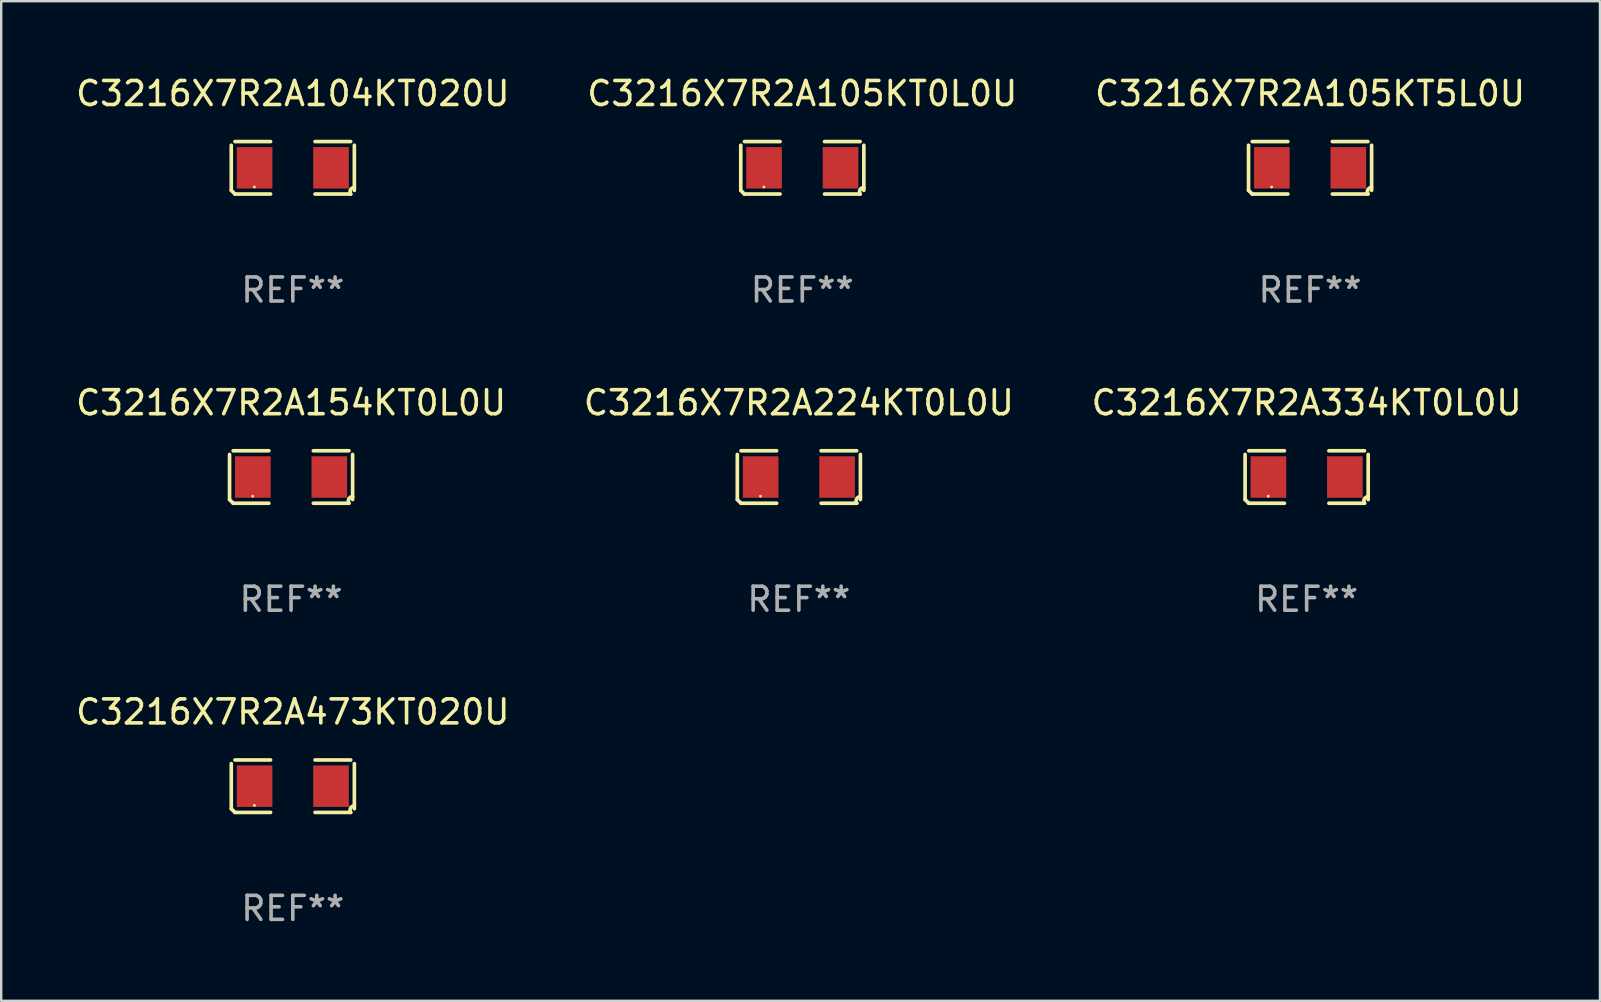
<source format=kicad_pcb>
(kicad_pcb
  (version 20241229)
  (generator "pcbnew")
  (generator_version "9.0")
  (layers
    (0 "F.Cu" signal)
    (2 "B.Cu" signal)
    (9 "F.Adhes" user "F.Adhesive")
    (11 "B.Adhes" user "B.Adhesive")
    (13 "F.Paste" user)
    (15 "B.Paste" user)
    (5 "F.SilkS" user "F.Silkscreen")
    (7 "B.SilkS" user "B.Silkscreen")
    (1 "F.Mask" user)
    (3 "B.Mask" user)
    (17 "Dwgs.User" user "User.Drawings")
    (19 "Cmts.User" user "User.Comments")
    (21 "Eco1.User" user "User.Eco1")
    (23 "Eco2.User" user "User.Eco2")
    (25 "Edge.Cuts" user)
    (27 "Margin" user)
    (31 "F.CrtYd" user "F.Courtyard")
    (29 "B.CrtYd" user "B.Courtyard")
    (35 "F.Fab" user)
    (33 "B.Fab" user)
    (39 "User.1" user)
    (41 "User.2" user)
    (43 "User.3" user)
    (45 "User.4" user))
  (footprint "C3216X7R2A224KT0L0U"
    (layer "F.Cu")
    (at 30.232 16.823)
    (property "Reference" "C3216X7R2A224KT0L0U" (at 0 -3.093 0) (layer "F.SilkS") (effects (font (size 1 1) (thickness 0.15))))
    (attr through_hole)
    (fp_line (start -2.564 0.94) (end -2.564 -0.94) (stroke (width 0.152) (type solid)) (layer "F.SilkS"))
    (fp_line (start -2.411 -1.093) (end -0.926 -1.093) (stroke (width 0.152) (type solid)) (layer "F.SilkS"))
    (fp_line (start -0.926 1.093) (end -2.411 1.093) (stroke (width 0.152) (type solid)) (layer "F.SilkS"))
    (fp_line (start 0.926 1.093) (end 2.411 1.093) (stroke (width 0.152) (type solid)) (layer "F.SilkS"))
    (fp_line (start 2.411 -1.093) (end 0.926 -1.093) (stroke (width 0.152) (type solid)) (layer "F.SilkS"))
    (fp_line (start 2.564 0.94) (end 2.564 -0.94) (stroke (width 0.152) (type solid)) (layer "F.SilkS"))
    (fp_arc (start -2.411201 1.092609) (mid -2.487413 1.01642) (end -2.563602 0.940208) (stroke (width 0.1524) (type solid)) (layer "F.SilkS"))
    (fp_arc (start 2.411201 1.092609) (mid 2.407159 0.911226) (end 2.563602 0.819347) (stroke (width 0.1524) (type solid)) (layer "F.SilkS"))
    (fp_circle (center -1.6 0.8) (end -1.57 0.8) (stroke (width 0.06) (type solid)) (fill no) (layer "F.SilkS"))
    (fp_text user "REF**" (at 0 5.093 0) (layer "F.Fab") (effects (font (size 1 1) (thickness 0.15))))
    (pad "1" smd rect (at -1.593 0) (size 1.485 1.728) (layers "F.Cu" "F.Mask" "F.Paste"))
    (pad "2" smd rect (at 1.593 0) (size 1.485 1.728) (layers "F.Cu" "F.Mask" "F.Paste")))
  (footprint "C3216X7R2A154KT0L0U"
    (layer "F.Cu")
    (at 9.077 16.823)
    (property "Reference" "C3216X7R2A154KT0L0U" (at 0 -3.093 0) (layer "F.SilkS") (effects (font (size 1 1) (thickness 0.15))))
    (attr through_hole)
    (fp_line (start -2.564 0.94) (end -2.564 -0.94) (stroke (width 0.152) (type solid)) (layer "F.SilkS"))
    (fp_line (start -2.411 -1.093) (end -0.926 -1.093) (stroke (width 0.152) (type solid)) (layer "F.SilkS"))
    (fp_line (start -0.926 1.093) (end -2.411 1.093) (stroke (width 0.152) (type solid)) (layer "F.SilkS"))
    (fp_line (start 0.926 1.093) (end 2.411 1.093) (stroke (width 0.152) (type solid)) (layer "F.SilkS"))
    (fp_line (start 2.411 -1.093) (end 0.926 -1.093) (stroke (width 0.152) (type solid)) (layer "F.SilkS"))
    (fp_line (start 2.564 0.94) (end 2.564 -0.94) (stroke (width 0.152) (type solid)) (layer "F.SilkS"))
    (fp_arc (start -2.411201 1.092609) (mid -2.487413 1.01642) (end -2.563602 0.940208) (stroke (width 0.1524) (type solid)) (layer "F.SilkS"))
    (fp_arc (start 2.411201 1.092609) (mid 2.407159 0.911226) (end 2.563602 0.819347) (stroke (width 0.1524) (type solid)) (layer "F.SilkS"))
    (fp_circle (center -1.6 0.8) (end -1.57 0.8) (stroke (width 0.06) (type solid)) (fill no) (layer "F.SilkS"))
    (fp_text user "REF**" (at 0 5.093 0) (layer "F.Fab") (effects (font (size 1 1) (thickness 0.15))))
    (pad "1" smd rect (at -1.593 0) (size 1.485 1.728) (layers "F.Cu" "F.Mask" "F.Paste"))
    (pad "2" smd rect (at 1.593 0) (size 1.485 1.728) (layers "F.Cu" "F.Mask" "F.Paste")))
  (footprint "C3216X7R2A105KT5L0U"
    (layer "F.Cu")
    (at 51.53 3.941)
    (property "Reference" "C3216X7R2A105KT5L0U" (at 0 -3.093 0) (layer "F.SilkS") (effects (font (size 1 1) (thickness 0.15))))
    (attr through_hole)
    (fp_line (start -2.564 0.94) (end -2.564 -0.94) (stroke (width 0.152) (type solid)) (layer "F.SilkS"))
    (fp_line (start -2.411 -1.093) (end -0.926 -1.093) (stroke (width 0.152) (type solid)) (layer "F.SilkS"))
    (fp_line (start -0.926 1.093) (end -2.411 1.093) (stroke (width 0.152) (type solid)) (layer "F.SilkS"))
    (fp_line (start 0.926 1.093) (end 2.411 1.093) (stroke (width 0.152) (type solid)) (layer "F.SilkS"))
    (fp_line (start 2.411 -1.093) (end 0.926 -1.093) (stroke (width 0.152) (type solid)) (layer "F.SilkS"))
    (fp_line (start 2.564 0.94) (end 2.564 -0.94) (stroke (width 0.152) (type solid)) (layer "F.SilkS"))
    (fp_arc (start -2.411201 1.092609) (mid -2.487413 1.01642) (end -2.563602 0.940208) (stroke (width 0.1524) (type solid)) (layer "F.SilkS"))
    (fp_arc (start 2.411201 1.092609) (mid 2.407159 0.911226) (end 2.563602 0.819347) (stroke (width 0.1524) (type solid)) (layer "F.SilkS"))
    (fp_circle (center -1.6 0.8) (end -1.57 0.8) (stroke (width 0.06) (type solid)) (fill no) (layer "F.SilkS"))
    (fp_text user "REF**" (at 0 5.093 0) (layer "F.Fab") (effects (font (size 1 1) (thickness 0.15))))
    (pad "1" smd rect (at -1.593 0) (size 1.485 1.728) (layers "F.Cu" "F.Mask" "F.Paste"))
    (pad "2" smd rect (at 1.593 0) (size 1.485 1.728) (layers "F.Cu" "F.Mask" "F.Paste")))
  (footprint "C3216X7R2A104KT020U"
    (layer "F.Cu")
    (at 9.149 3.941)
    (property "Reference" "C3216X7R2A104KT020U" (at 0 -3.093 0) (layer "F.SilkS") (effects (font (size 1 1) (thickness 0.15))))
    (attr through_hole)
    (fp_line (start -2.564 0.94) (end -2.564 -0.94) (stroke (width 0.152) (type solid)) (layer "F.SilkS"))
    (fp_line (start -2.411 -1.093) (end -0.926 -1.093) (stroke (width 0.152) (type solid)) (layer "F.SilkS"))
    (fp_line (start -0.926 1.093) (end -2.411 1.093) (stroke (width 0.152) (type solid)) (layer "F.SilkS"))
    (fp_line (start 0.926 1.093) (end 2.411 1.093) (stroke (width 0.152) (type solid)) (layer "F.SilkS"))
    (fp_line (start 2.411 -1.093) (end 0.926 -1.093) (stroke (width 0.152) (type solid)) (layer "F.SilkS"))
    (fp_line (start 2.564 0.94) (end 2.564 -0.94) (stroke (width 0.152) (type solid)) (layer "F.SilkS"))
    (fp_arc (start -2.411201 1.092609) (mid -2.487413 1.01642) (end -2.563602 0.940208) (stroke (width 0.1524) (type solid)) (layer "F.SilkS"))
    (fp_arc (start 2.411201 1.092609) (mid 2.407159 0.911226) (end 2.563602 0.819347) (stroke (width 0.1524) (type solid)) (layer "F.SilkS"))
    (fp_circle (center -1.6 0.8) (end -1.57 0.8) (stroke (width 0.06) (type solid)) (fill no) (layer "F.SilkS"))
    (fp_text user "REF**" (at 0 5.093 0) (layer "F.Fab") (effects (font (size 1 1) (thickness 0.15))))
    (pad "1" smd rect (at -1.593 0) (size 1.485 1.728) (layers "F.Cu" "F.Mask" "F.Paste"))
    (pad "2" smd rect (at 1.593 0) (size 1.485 1.728) (layers "F.Cu" "F.Mask" "F.Paste")))
  (footprint "C3216X7R2A473KT020U"
    (layer "F.Cu")
    (at 9.149 29.704)
    (property "Reference" "C3216X7R2A473KT020U" (at 0 -3.093 0) (layer "F.SilkS") (effects (font (size 1 1) (thickness 0.15))))
    (attr through_hole)
    (fp_line (start -2.564 0.94) (end -2.564 -0.94) (stroke (width 0.152) (type solid)) (layer "F.SilkS"))
    (fp_line (start -2.411 -1.093) (end -0.926 -1.093) (stroke (width 0.152) (type solid)) (layer "F.SilkS"))
    (fp_line (start -0.926 1.093) (end -2.411 1.093) (stroke (width 0.152) (type solid)) (layer "F.SilkS"))
    (fp_line (start 0.926 1.093) (end 2.411 1.093) (stroke (width 0.152) (type solid)) (layer "F.SilkS"))
    (fp_line (start 2.411 -1.093) (end 0.926 -1.093) (stroke (width 0.152) (type solid)) (layer "F.SilkS"))
    (fp_line (start 2.564 0.94) (end 2.564 -0.94) (stroke (width 0.152) (type solid)) (layer "F.SilkS"))
    (fp_arc (start -2.411201 1.092609) (mid -2.487413 1.01642) (end -2.563602 0.940208) (stroke (width 0.1524) (type solid)) (layer "F.SilkS"))
    (fp_arc (start 2.411201 1.092609) (mid 2.407159 0.911226) (end 2.563602 0.819347) (stroke (width 0.1524) (type solid)) (layer "F.SilkS"))
    (fp_circle (center -1.6 0.8) (end -1.57 0.8) (stroke (width 0.06) (type solid)) (fill no) (layer "F.SilkS"))
    (fp_text user "REF**" (at 0 5.093 0) (layer "F.Fab") (effects (font (size 1 1) (thickness 0.15))))
    (pad "1" smd rect (at -1.593 0) (size 1.485 1.728) (layers "F.Cu" "F.Mask" "F.Paste"))
    (pad "2" smd rect (at 1.593 0) (size 1.485 1.728) (layers "F.Cu" "F.Mask" "F.Paste")))
  (footprint "C3216X7R2A334KT0L0U"
    (layer "F.Cu")
    (at 51.387 16.823)
    (property "Reference" "C3216X7R2A334KT0L0U" (at 0 -3.093 0) (layer "F.SilkS") (effects (font (size 1 1) (thickness 0.15))))
    (attr through_hole)
    (fp_line (start -2.564 0.94) (end -2.564 -0.94) (stroke (width 0.152) (type solid)) (layer "F.SilkS"))
    (fp_line (start -2.411 -1.093) (end -0.926 -1.093) (stroke (width 0.152) (type solid)) (layer "F.SilkS"))
    (fp_line (start -0.926 1.093) (end -2.411 1.093) (stroke (width 0.152) (type solid)) (layer "F.SilkS"))
    (fp_line (start 0.926 1.093) (end 2.411 1.093) (stroke (width 0.152) (type solid)) (layer "F.SilkS"))
    (fp_line (start 2.411 -1.093) (end 0.926 -1.093) (stroke (width 0.152) (type solid)) (layer "F.SilkS"))
    (fp_line (start 2.564 0.94) (end 2.564 -0.94) (stroke (width 0.152) (type solid)) (layer "F.SilkS"))
    (fp_arc (start -2.411201 1.092609) (mid -2.487413 1.01642) (end -2.563602 0.940208) (stroke (width 0.1524) (type solid)) (layer "F.SilkS"))
    (fp_arc (start 2.411201 1.092609) (mid 2.407159 0.911226) (end 2.563602 0.819347) (stroke (width 0.1524) (type solid)) (layer "F.SilkS"))
    (fp_circle (center -1.6 0.8) (end -1.57 0.8) (stroke (width 0.06) (type solid)) (fill no) (layer "F.SilkS"))
    (fp_text user "REF**" (at 0 5.093 0) (layer "F.Fab") (effects (font (size 1 1) (thickness 0.15))))
    (pad "1" smd rect (at -1.593 0) (size 1.485 1.728) (layers "F.Cu" "F.Mask" "F.Paste"))
    (pad "2" smd rect (at 1.593 0) (size 1.485 1.728) (layers "F.Cu" "F.Mask" "F.Paste")))
  (footprint "C3216X7R2A105KT0L0U"
    (layer "F.Cu")
    (at 30.375 3.941)
    (property "Reference" "C3216X7R2A105KT0L0U" (at 0 -3.093 0) (layer "F.SilkS") (effects (font (size 1 1) (thickness 0.15))))
    (attr through_hole)
    (fp_line (start -2.564 0.94) (end -2.564 -0.94) (stroke (width 0.152) (type solid)) (layer "F.SilkS"))
    (fp_line (start -2.411 -1.093) (end -0.926 -1.093) (stroke (width 0.152) (type solid)) (layer "F.SilkS"))
    (fp_line (start -0.926 1.093) (end -2.411 1.093) (stroke (width 0.152) (type solid)) (layer "F.SilkS"))
    (fp_line (start 0.926 1.093) (end 2.411 1.093) (stroke (width 0.152) (type solid)) (layer "F.SilkS"))
    (fp_line (start 2.411 -1.093) (end 0.926 -1.093) (stroke (width 0.152) (type solid)) (layer "F.SilkS"))
    (fp_line (start 2.564 0.94) (end 2.564 -0.94) (stroke (width 0.152) (type solid)) (layer "F.SilkS"))
    (fp_arc (start -2.411201 1.092609) (mid -2.487413 1.01642) (end -2.563602 0.940208) (stroke (width 0.1524) (type solid)) (layer "F.SilkS"))
    (fp_arc (start 2.411201 1.092609) (mid 2.407159 0.911226) (end 2.563602 0.819347) (stroke (width 0.1524) (type solid)) (layer "F.SilkS"))
    (fp_circle (center -1.6 0.8) (end -1.57 0.8) (stroke (width 0.06) (type solid)) (fill no) (layer "F.SilkS"))
    (fp_text user "REF**" (at 0 5.093 0) (layer "F.Fab") (effects (font (size 1 1) (thickness 0.15))))
    (pad "1" smd rect (at -1.593 0) (size 1.485 1.728) (layers "F.Cu" "F.Mask" "F.Paste"))
    (pad "2" smd rect (at 1.593 0) (size 1.485 1.728) (layers "F.Cu" "F.Mask" "F.Paste")))
  (gr_rect
    (start -3 -3)
    (end 63.607 38.645)
    (stroke (width 0.1) (type default))
    (fill no)
    (layer "Edge.Cuts")))
</source>
